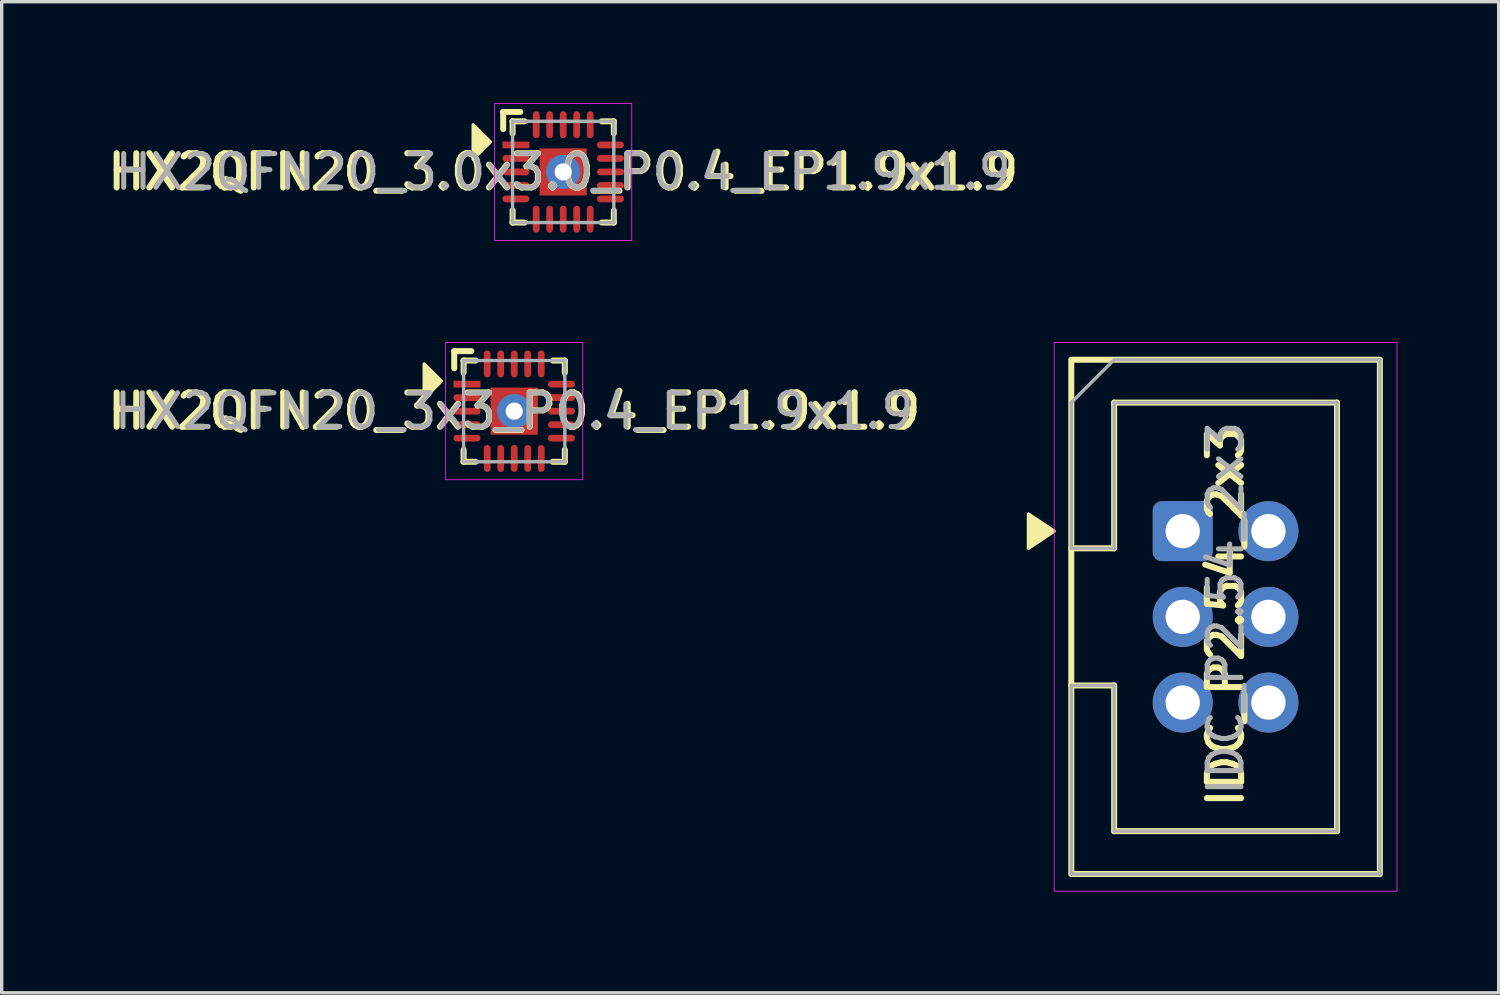
<source format=kicad_pcb>
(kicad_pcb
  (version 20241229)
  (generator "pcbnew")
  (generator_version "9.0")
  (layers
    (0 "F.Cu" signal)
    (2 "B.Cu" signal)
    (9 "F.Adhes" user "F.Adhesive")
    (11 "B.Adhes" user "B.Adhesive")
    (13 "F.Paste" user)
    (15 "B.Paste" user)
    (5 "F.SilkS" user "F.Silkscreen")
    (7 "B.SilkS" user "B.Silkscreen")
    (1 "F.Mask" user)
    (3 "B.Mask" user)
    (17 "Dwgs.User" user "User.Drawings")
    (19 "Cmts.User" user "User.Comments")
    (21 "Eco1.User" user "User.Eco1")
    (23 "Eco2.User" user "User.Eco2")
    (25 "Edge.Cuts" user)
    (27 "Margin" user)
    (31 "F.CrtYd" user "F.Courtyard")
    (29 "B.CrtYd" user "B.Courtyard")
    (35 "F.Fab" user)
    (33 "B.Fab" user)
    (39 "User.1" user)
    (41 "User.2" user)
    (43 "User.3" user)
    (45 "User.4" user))
  (footprint "HX2QFN20_3x3_P0.4_EP1.9x1.9"
    (layer "F.Cu")
    (at 12.188 9.134)
    (property "Reference" "HX2QFN20_3x3_P0.4_EP1.9x1.9" (at 0 0 0) (layer "F.SilkS") (effects (font (size 1.016 1.016) (thickness 0.178))))
    (attr smd)
    (fp_line (start -1.778 -1.778) (end -1.27 -1.778) (stroke (width 0.178) (type solid)) (layer "F.SilkS"))
    (fp_line (start -1.778 -1.27) (end -1.778 -1.778) (stroke (width 0.178) (type solid)) (layer "F.SilkS"))
    (fp_line (start -1.5 -1.5) (end -1.143 -1.5) (stroke (width 0.178) (type solid)) (layer "F.SilkS"))
    (fp_line (start -1.5 -1.143) (end -1.5 -1.5) (stroke (width 0.178) (type solid)) (layer "F.SilkS"))
    (fp_line (start -1.5 1.5) (end -1.5 1.143) (stroke (width 0.178) (type solid)) (layer "F.SilkS"))
    (fp_line (start -1.143 1.5) (end -1.5 1.5) (stroke (width 0.178) (type solid)) (layer "F.SilkS"))
    (fp_line (start 1.143 -1.5) (end 1.5 -1.5) (stroke (width 0.178) (type solid)) (layer "F.SilkS"))
    (fp_line (start 1.5 -1.5) (end 1.5 -1.143) (stroke (width 0.178) (type solid)) (layer "F.SilkS"))
    (fp_line (start 1.5 1.143) (end 1.5 1.5) (stroke (width 0.178) (type solid)) (layer "F.SilkS"))
    (fp_line (start 1.5 1.5) (end 1.143 1.5) (stroke (width 0.178) (type solid)) (layer "F.SilkS"))
    (fp_poly (pts (xy -2.159 -0.889) (xy -2.667 -0.381) (xy -2.667 -1.397)) (stroke (width 0.1) (type solid)) (fill yes) (layer "F.SilkS"))
    (fp_rect (start -2.032 -2.032) (end 2.032 2.032) (stroke (width 0.025) (type solid)) (fill no) (layer "F.CrtYd"))
    (fp_line (start -1.5 -1.5) (end -1.5 1.5) (stroke (width 0.1) (type solid)) (layer "F.Fab"))
    (fp_line (start -1.5 -1.5) (end 1.5 -1.5) (stroke (width 0.1) (type solid)) (layer "F.Fab"))
    (fp_line (start -1.5 1.5) (end 1.5 1.5) (stroke (width 0.1) (type solid)) (layer "F.Fab"))
    (fp_line (start 1.5 -1.5) (end 1.5 1.5) (stroke (width 0.1) (type solid)) (layer "F.Fab"))
    (fp_text user "${REFERENCE}" (at 0 0 0) (layer "F.Fab") (effects (font (size 1 1) (thickness 0.15))))
    (pad "1" smd rect (at -1.4 -0.8) (size 0.8 0.2) (layers "F.Cu" "F.Mask" "F.Paste"))
    (pad "2" smd oval (at -1.4 -0.4) (size 0.8 0.2) (layers "F.Cu" "F.Mask" "F.Paste"))
    (pad "3" smd oval (at -1.4 0) (size 0.8 0.2) (layers "F.Cu" "F.Mask" "F.Paste"))
    (pad "4" smd oval (at -1.4 0.4) (size 0.8 0.2) (layers "F.Cu" "F.Mask" "F.Paste"))
    (pad "5" smd oval (at -1.4 0.8) (size 0.8 0.2) (layers "F.Cu" "F.Mask" "F.Paste"))
    (pad "6" smd oval (at -0.8 1.4 90) (size 0.8 0.2) (layers "F.Cu" "F.Mask" "F.Paste"))
    (pad "7" smd oval (at -0.4 1.4 90) (size 0.8 0.2) (layers "F.Cu" "F.Mask" "F.Paste"))
    (pad "8" smd oval (at 0 1.4 90) (size 0.8 0.2) (layers "F.Cu" "F.Mask" "F.Paste"))
    (pad "9" smd oval (at 0.4 1.4 90) (size 0.8 0.2) (layers "F.Cu" "F.Mask" "F.Paste"))
    (pad "10" smd oval (at 0.8 1.4 90) (size 0.8 0.2) (layers "F.Cu" "F.Mask" "F.Paste"))
    (pad "11" smd oval (at 1.4 0.8) (size 0.8 0.2) (layers "F.Cu" "F.Mask" "F.Paste"))
    (pad "12" smd oval (at 1.4 0.4) (size 0.8 0.2) (layers "F.Cu" "F.Mask" "F.Paste"))
    (pad "13" smd oval (at 1.4 0) (size 0.8 0.2) (layers "F.Cu" "F.Mask" "F.Paste"))
    (pad "14" smd oval (at 1.4 -0.4) (size 0.8 0.2) (layers "F.Cu" "F.Mask" "F.Paste"))
    (pad "15" smd oval (at 1.4 -0.8) (size 0.8 0.2) (layers "F.Cu" "F.Mask" "F.Paste"))
    (pad "16" smd oval (at 0.8 -1.4 90) (size 0.8 0.2) (layers "F.Cu" "F.Mask" "F.Paste"))
    (pad "17" smd oval (at 0.4 -1.4 90) (size 0.8 0.2) (layers "F.Cu" "F.Mask" "F.Paste"))
    (pad "18" smd oval (at 0 -1.4 90) (size 0.8 0.2) (layers "F.Cu" "F.Mask" "F.Paste"))
    (pad "19" smd oval (at -0.4 -1.4 90) (size 0.8 0.2) (layers "F.Cu" "F.Mask" "F.Paste"))
    (pad "20" smd oval (at -0.8 -1.4 90) (size 0.8 0.2) (layers "F.Cu" "F.Mask" "F.Paste"))
    (pad "21" thru_hole circle (at 0 0) (size 1.016 1.016) (drill 0.508) (layers "*.Cu" "*.Mask"))
    (pad "21" smd rect (at 0 0 90) (size 1.397 1.397) (layers "F.Cu" "F.Mask" "F.Paste")))
  (footprint "HX2QFN20_3.0x3.0_P0.4_EP1.9x1.9"
    (layer "F.Cu")
    (at 13.639 2.045)
    (property "Reference" "HX2QFN20_3.0x3.0_P0.4_EP1.9x1.9" (at 0 0 0) (layer "F.SilkS") (effects (font (size 1.016 1.016) (thickness 0.178))))
    (attr smd)
    (fp_line (start -1.778 -1.778) (end -1.27 -1.778) (stroke (width 0.178) (type solid)) (layer "F.SilkS"))
    (fp_line (start -1.778 -1.27) (end -1.778 -1.778) (stroke (width 0.178) (type solid)) (layer "F.SilkS"))
    (fp_line (start -1.5 -1.5) (end -1.143 -1.5) (stroke (width 0.178) (type solid)) (layer "F.SilkS"))
    (fp_line (start -1.5 -1.143) (end -1.5 -1.5) (stroke (width 0.178) (type solid)) (layer "F.SilkS"))
    (fp_line (start -1.5 1.5) (end -1.5 1.143) (stroke (width 0.178) (type solid)) (layer "F.SilkS"))
    (fp_line (start -1.143 1.5) (end -1.5 1.5) (stroke (width 0.178) (type solid)) (layer "F.SilkS"))
    (fp_line (start 1.143 -1.5) (end 1.5 -1.5) (stroke (width 0.178) (type solid)) (layer "F.SilkS"))
    (fp_line (start 1.5 -1.5) (end 1.5 -1.143) (stroke (width 0.178) (type solid)) (layer "F.SilkS"))
    (fp_line (start 1.5 1.143) (end 1.5 1.5) (stroke (width 0.178) (type solid)) (layer "F.SilkS"))
    (fp_line (start 1.5 1.5) (end 1.143 1.5) (stroke (width 0.178) (type solid)) (layer "F.SilkS"))
    (fp_poly (pts (xy -2.159 -0.889) (xy -2.667 -0.381) (xy -2.667 -1.397)) (stroke (width 0.1) (type solid)) (fill yes) (layer "F.SilkS"))
    (fp_rect (start -2.032 -2.032) (end 2.032 2.032) (stroke (width 0.025) (type solid)) (fill no) (layer "F.CrtYd"))
    (fp_line (start -1.5 -1.5) (end -1.5 1.5) (stroke (width 0.1) (type solid)) (layer "F.Fab"))
    (fp_line (start -1.5 -1.5) (end 1.5 -1.5) (stroke (width 0.1) (type solid)) (layer "F.Fab"))
    (fp_line (start -1.5 1.5) (end 1.5 1.5) (stroke (width 0.1) (type solid)) (layer "F.Fab"))
    (fp_line (start 1.5 -1.5) (end 1.5 1.5) (stroke (width 0.1) (type solid)) (layer "F.Fab"))
    (fp_text user "${REFERENCE}" (at 0 0 0) (layer "F.Fab") (effects (font (size 1 1) (thickness 0.15))))
    (pad "1" smd rect (at -1.4 -0.8) (size 0.8 0.2) (layers "F.Cu" "F.Mask" "F.Paste"))
    (pad "2" smd oval (at -1.4 -0.4) (size 0.8 0.2) (layers "F.Cu" "F.Mask" "F.Paste"))
    (pad "3" smd oval (at -1.4 0) (size 0.8 0.2) (layers "F.Cu" "F.Mask" "F.Paste"))
    (pad "4" smd oval (at -1.4 0.4) (size 0.8 0.2) (layers "F.Cu" "F.Mask" "F.Paste"))
    (pad "5" smd oval (at -1.4 0.8) (size 0.8 0.2) (layers "F.Cu" "F.Mask" "F.Paste"))
    (pad "6" smd oval (at -0.8 1.4 90) (size 0.8 0.2) (layers "F.Cu" "F.Mask" "F.Paste"))
    (pad "7" smd oval (at -0.4 1.4 90) (size 0.8 0.2) (layers "F.Cu" "F.Mask" "F.Paste"))
    (pad "8" smd oval (at 0 1.4 90) (size 0.8 0.2) (layers "F.Cu" "F.Mask" "F.Paste"))
    (pad "9" smd oval (at 0.4 1.4 90) (size 0.8 0.2) (layers "F.Cu" "F.Mask" "F.Paste"))
    (pad "10" smd oval (at 0.8 1.4 90) (size 0.8 0.2) (layers "F.Cu" "F.Mask" "F.Paste"))
    (pad "11" smd oval (at 1.4 0.8) (size 0.8 0.2) (layers "F.Cu" "F.Mask" "F.Paste"))
    (pad "12" smd oval (at 1.4 0.4) (size 0.8 0.2) (layers "F.Cu" "F.Mask" "F.Paste"))
    (pad "13" smd oval (at 1.4 0) (size 0.8 0.2) (layers "F.Cu" "F.Mask" "F.Paste"))
    (pad "14" smd oval (at 1.4 -0.4) (size 0.8 0.2) (layers "F.Cu" "F.Mask" "F.Paste"))
    (pad "15" smd oval (at 1.4 -0.8) (size 0.8 0.2) (layers "F.Cu" "F.Mask" "F.Paste"))
    (pad "16" smd oval (at 0.8 -1.4 90) (size 0.8 0.2) (layers "F.Cu" "F.Mask" "F.Paste"))
    (pad "17" smd oval (at 0.4 -1.4 90) (size 0.8 0.2) (layers "F.Cu" "F.Mask" "F.Paste"))
    (pad "18" smd oval (at 0 -1.4 90) (size 0.8 0.2) (layers "F.Cu" "F.Mask" "F.Paste"))
    (pad "19" smd oval (at -0.4 -1.4 90) (size 0.8 0.2) (layers "F.Cu" "F.Mask" "F.Paste"))
    (pad "20" smd oval (at -0.8 -1.4 90) (size 0.8 0.2) (layers "F.Cu" "F.Mask" "F.Paste"))
    (pad "21" thru_hole circle (at 0 0) (size 1.016 1.016) (drill 0.508) (layers "*.Cu" "*.Mask"))
    (pad "21" smd rect (at 0 0 90) (size 1.397 1.397) (layers "F.Cu" "F.Mask" "F.Paste")))
  (footprint "IDC_P2.54_2x3"
    (layer "F.Cu")
    (at 33.268 15.23)
    (property "Reference" "IDC_P2.54_2x3" (at 0 0 90) (layer "F.SilkS") (effects (font (size 1.016 1.016) (thickness 0.178))))
    (attr through_hole)
    (fp_line (start -4.572 -2.032) (end -3.302 -2.032) (stroke (width 0.178) (type solid)) (layer "F.SilkS"))
    (fp_line (start -3.302 -6.35) (end 3.302 -6.35) (stroke (width 0.178) (type solid)) (layer "F.SilkS"))
    (fp_line (start -3.302 -2.032) (end -3.302 -6.35) (stroke (width 0.178) (type solid)) (layer "F.SilkS"))
    (fp_line (start -3.302 2.032) (end -4.572 2.032) (stroke (width 0.178) (type solid)) (layer "F.SilkS"))
    (fp_line (start -3.302 6.35) (end -3.302 2.032) (stroke (width 0.178) (type solid)) (layer "F.SilkS"))
    (fp_line (start 3.302 -6.35) (end 3.302 6.35) (stroke (width 0.178) (type solid)) (layer "F.SilkS"))
    (fp_line (start 3.302 6.35) (end -3.302 6.35) (stroke (width 0.178) (type solid)) (layer "F.SilkS"))
    (fp_rect (start -4.572 -7.62) (end 4.572 7.62) (stroke (width 0.178) (type solid)) (fill no) (layer "F.SilkS"))
    (fp_poly (pts (xy -5.08 -2.54) (xy -5.842 -2.032) (xy -5.842 -3.048)) (stroke (width 0.1) (type solid)) (fill yes) (layer "F.SilkS"))
    (fp_rect (start -5.08 -8.128) (end 5.08 8.128) (stroke (width 0.025) (type solid)) (fill no) (layer "F.CrtYd"))
    (fp_line (start -4.572 -2.032) (end -4.572 -6.35) (stroke (width 0.1) (type solid)) (layer "F.Fab"))
    (fp_line (start -4.572 -2.032) (end -3.302 -2.032) (stroke (width 0.1) (type solid)) (layer "F.Fab"))
    (fp_line (start -4.572 2.032) (end -4.572 7.62) (stroke (width 0.1) (type solid)) (layer "F.Fab"))
    (fp_line (start -4.572 2.032) (end -3.302 2.032) (stroke (width 0.1) (type solid)) (layer "F.Fab"))
    (fp_line (start -3.302 -7.62) (end -4.572 -6.35) (stroke (width 0.1) (type solid)) (layer "F.Fab"))
    (fp_line (start -3.302 -7.62) (end 4.572 -7.62) (stroke (width 0.1) (type solid)) (layer "F.Fab"))
    (fp_line (start -3.302 -6.35) (end 3.302 -6.35) (stroke (width 0.1) (type solid)) (layer "F.Fab"))
    (fp_line (start -3.302 -2.032) (end -3.302 -6.35) (stroke (width 0.1) (type solid)) (layer "F.Fab"))
    (fp_line (start -3.302 6.35) (end -3.302 2.032) (stroke (width 0.1) (type solid)) (layer "F.Fab"))
    (fp_line (start -3.302 6.35) (end 3.302 6.35) (stroke (width 0.1) (type solid)) (layer "F.Fab"))
    (fp_line (start 3.302 6.35) (end 3.302 -6.35) (stroke (width 0.1) (type solid)) (layer "F.Fab"))
    (fp_line (start 4.572 -7.62) (end 4.572 7.62) (stroke (width 0.1) (type solid)) (layer "F.Fab"))
    (fp_line (start 4.572 7.62) (end -4.572 7.62) (stroke (width 0.1) (type solid)) (layer "F.Fab"))
    (fp_text user "${REFERENCE}" (at 0 -0.254 90) (layer "F.Fab") (effects (font (size 1 1) (thickness 0.15))))
    (pad "1" thru_hole roundrect (at -1.27 -2.54) (size 1.778 1.778) (drill 1.016) (layers "*.Cu" "*.Mask") (roundrect_rratio 0.15))
    (pad "2" thru_hole circle (at 1.27 -2.54) (size 1.778 1.778) (drill 1.016) (layers "*.Cu" "*.Mask"))
    (pad "3" thru_hole circle (at -1.27 0) (size 1.778 1.778) (drill 1.016) (layers "*.Cu" "*.Mask"))
    (pad "4" thru_hole circle (at 1.27 0) (size 1.778 1.778) (drill 1.016) (layers "*.Cu" "*.Mask"))
    (pad "5" thru_hole circle (at -1.27 2.54) (size 1.778 1.778) (drill 1.016) (layers "*.Cu" "*.Mask"))
    (pad "6" thru_hole circle (at 1.27 2.54) (size 1.778 1.778) (drill 1.016) (layers "*.Cu" "*.Mask")))
  (gr_rect
    (start -3 -3)
    (end 41.36 26.371)
    (stroke (width 0.1) (type default))
    (fill no)
    (layer "Edge.Cuts")))
</source>
